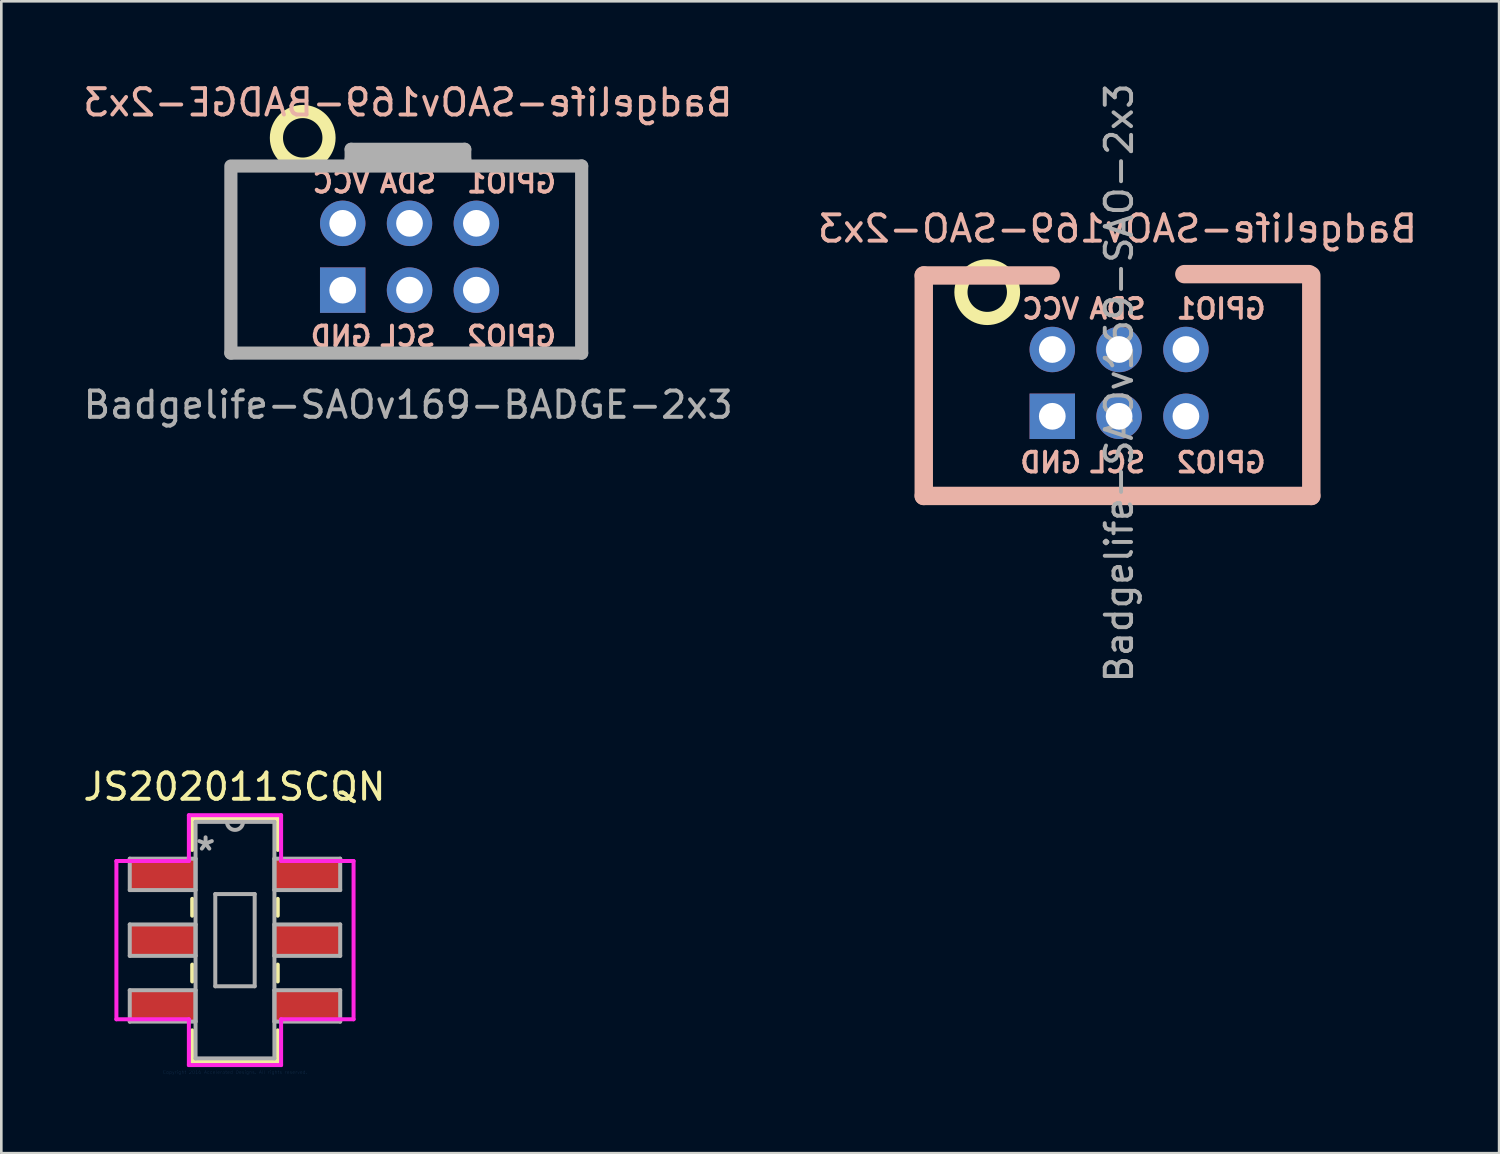
<source format=kicad_pcb>
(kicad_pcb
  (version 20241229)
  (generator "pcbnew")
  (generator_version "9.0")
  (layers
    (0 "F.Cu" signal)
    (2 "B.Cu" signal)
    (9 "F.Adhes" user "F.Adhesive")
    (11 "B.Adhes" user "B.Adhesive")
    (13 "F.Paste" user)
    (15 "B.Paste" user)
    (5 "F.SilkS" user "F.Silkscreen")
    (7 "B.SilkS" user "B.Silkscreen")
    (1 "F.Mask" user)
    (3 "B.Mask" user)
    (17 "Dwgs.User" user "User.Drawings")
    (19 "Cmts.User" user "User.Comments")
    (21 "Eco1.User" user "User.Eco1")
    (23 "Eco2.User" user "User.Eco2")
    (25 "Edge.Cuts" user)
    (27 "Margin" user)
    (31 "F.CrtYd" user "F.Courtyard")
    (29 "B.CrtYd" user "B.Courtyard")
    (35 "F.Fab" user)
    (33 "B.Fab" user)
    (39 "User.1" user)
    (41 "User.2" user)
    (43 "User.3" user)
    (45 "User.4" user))
  (footprint "JS202011SCQN"
    (layer "F.Cu")
    (at 5.883 32.69)
    (property "Reference" "JS202011SCQN" (at -0.02 -5.83 0) (layer "F.SilkS") (effects (font (size 1 1) (thickness 0.15))))
    (attr through_hole)
    (fp_line (start -1.626 -4.623) (end -1.626 -3.43) (stroke (width 0.152) (type solid)) (layer "F.SilkS"))
    (fp_line (start -1.626 -1.57) (end -1.626 -0.93) (stroke (width 0.152) (type solid)) (layer "F.SilkS"))
    (fp_line (start -1.626 0.93) (end -1.626 1.57) (stroke (width 0.152) (type solid)) (layer "F.SilkS"))
    (fp_line (start -1.626 3.43) (end -1.626 4.623) (stroke (width 0.152) (type solid)) (layer "F.SilkS"))
    (fp_line (start -1.626 4.623) (end 1.626 4.623) (stroke (width 0.152) (type solid)) (layer "F.SilkS"))
    (fp_line (start 1.626 -4.623) (end -1.626 -4.623) (stroke (width 0.152) (type solid)) (layer "F.SilkS"))
    (fp_line (start 1.626 -3.43) (end 1.626 -4.623) (stroke (width 0.152) (type solid)) (layer "F.SilkS"))
    (fp_line (start 1.626 -0.93) (end 1.626 -1.57) (stroke (width 0.152) (type solid)) (layer "F.SilkS"))
    (fp_line (start 1.626 1.57) (end 1.626 0.93) (stroke (width 0.152) (type solid)) (layer "F.SilkS"))
    (fp_line (start 1.626 4.623) (end 1.626 3.43) (stroke (width 0.152) (type solid)) (layer "F.SilkS"))
    (fp_line (start -4.508 -3.008) (end -1.753 -3.008) (stroke (width 0.152) (type solid)) (layer "F.CrtYd"))
    (fp_line (start -4.508 3.008) (end -4.508 -3.008) (stroke (width 0.152) (type solid)) (layer "F.CrtYd"))
    (fp_line (start -1.753 -4.75) (end 1.753 -4.75) (stroke (width 0.152) (type solid)) (layer "F.CrtYd"))
    (fp_line (start -1.753 -3.008) (end -1.753 -4.75) (stroke (width 0.152) (type solid)) (layer "F.CrtYd"))
    (fp_line (start -1.753 3.008) (end -4.508 3.008) (stroke (width 0.152) (type solid)) (layer "F.CrtYd"))
    (fp_line (start -1.753 4.75) (end -1.753 3.008) (stroke (width 0.152) (type solid)) (layer "F.CrtYd"))
    (fp_line (start 1.753 -4.75) (end 1.753 -3.008) (stroke (width 0.152) (type solid)) (layer "F.CrtYd"))
    (fp_line (start 1.753 -3.008) (end 4.508 -3.008) (stroke (width 0.152) (type solid)) (layer "F.CrtYd"))
    (fp_line (start 1.753 3.008) (end 1.753 4.75) (stroke (width 0.152) (type solid)) (layer "F.CrtYd"))
    (fp_line (start 1.753 4.75) (end -1.753 4.75) (stroke (width 0.152) (type solid)) (layer "F.CrtYd"))
    (fp_line (start 4.508 -3.008) (end 4.508 3.008) (stroke (width 0.152) (type solid)) (layer "F.CrtYd"))
    (fp_line (start 4.508 3.008) (end 1.753 3.008) (stroke (width 0.152) (type solid)) (layer "F.CrtYd"))
    (fp_line (start -4 -3.097) (end -4 -1.903) (stroke (width 0.152) (type solid)) (layer "F.Fab"))
    (fp_line (start -4 -1.903) (end -1.499 -1.903) (stroke (width 0.152) (type solid)) (layer "F.Fab"))
    (fp_line (start -4 -0.597) (end -4 0.597) (stroke (width 0.152) (type solid)) (layer "F.Fab"))
    (fp_line (start -4 0.597) (end -1.499 0.597) (stroke (width 0.152) (type solid)) (layer "F.Fab"))
    (fp_line (start -4 1.903) (end -4 3.097) (stroke (width 0.152) (type solid)) (layer "F.Fab"))
    (fp_line (start -4 3.097) (end -1.499 3.097) (stroke (width 0.152) (type solid)) (layer "F.Fab"))
    (fp_line (start -1.499 -4.496) (end -1.499 4.496) (stroke (width 0.152) (type solid)) (layer "F.Fab"))
    (fp_line (start -1.499 -3.097) (end -4 -3.097) (stroke (width 0.152) (type solid)) (layer "F.Fab"))
    (fp_line (start -1.499 -1.903) (end -1.499 -3.097) (stroke (width 0.152) (type solid)) (layer "F.Fab"))
    (fp_line (start -1.499 -0.597) (end -4 -0.597) (stroke (width 0.152) (type solid)) (layer "F.Fab"))
    (fp_line (start -1.499 0.597) (end -1.499 -0.597) (stroke (width 0.152) (type solid)) (layer "F.Fab"))
    (fp_line (start -1.499 1.903) (end -4 1.903) (stroke (width 0.152) (type solid)) (layer "F.Fab"))
    (fp_line (start -1.499 3.097) (end -1.499 1.903) (stroke (width 0.152) (type solid)) (layer "F.Fab"))
    (fp_line (start -1.499 4.496) (end 1.499 4.496) (stroke (width 0.152) (type solid)) (layer "F.Fab"))
    (fp_line (start -0.749 -1.753) (end 0.749 -1.753) (stroke (width 0.152) (type solid)) (layer "F.Fab"))
    (fp_line (start -0.749 1.753) (end -0.749 -1.753) (stroke (width 0.152) (type solid)) (layer "F.Fab"))
    (fp_line (start 0.749 -1.753) (end 0.749 1.753) (stroke (width 0.152) (type solid)) (layer "F.Fab"))
    (fp_line (start 0.749 1.753) (end -0.749 1.753) (stroke (width 0.152) (type solid)) (layer "F.Fab"))
    (fp_line (start 1.499 -4.496) (end -1.499 -4.496) (stroke (width 0.152) (type solid)) (layer "F.Fab"))
    (fp_line (start 1.499 -3.097) (end 1.499 -1.903) (stroke (width 0.152) (type solid)) (layer "F.Fab"))
    (fp_line (start 1.499 -1.903) (end 4 -1.903) (stroke (width 0.152) (type solid)) (layer "F.Fab"))
    (fp_line (start 1.499 -0.597) (end 1.499 0.597) (stroke (width 0.152) (type solid)) (layer "F.Fab"))
    (fp_line (start 1.499 0.597) (end 4 0.597) (stroke (width 0.152) (type solid)) (layer "F.Fab"))
    (fp_line (start 1.499 1.903) (end 1.499 3.097) (stroke (width 0.152) (type solid)) (layer "F.Fab"))
    (fp_line (start 1.499 3.097) (end 4 3.097) (stroke (width 0.152) (type solid)) (layer "F.Fab"))
    (fp_line (start 1.499 4.496) (end 1.499 -4.496) (stroke (width 0.152) (type solid)) (layer "F.Fab"))
    (fp_line (start 4 -3.097) (end 1.499 -3.097) (stroke (width 0.152) (type solid)) (layer "F.Fab"))
    (fp_line (start 4 -1.903) (end 4 -3.097) (stroke (width 0.152) (type solid)) (layer "F.Fab"))
    (fp_line (start 4 -0.597) (end 1.499 -0.597) (stroke (width 0.152) (type solid)) (layer "F.Fab"))
    (fp_line (start 4 0.597) (end 4 -0.597) (stroke (width 0.152) (type solid)) (layer "F.Fab"))
    (fp_line (start 4 1.903) (end 1.499 1.903) (stroke (width 0.152) (type solid)) (layer "F.Fab"))
    (fp_line (start 4 3.097) (end 4 1.903) (stroke (width 0.152) (type solid)) (layer "F.Fab"))
    (fp_arc (start 0.3048 -4.4958) (mid 0 -4.191) (end -0.3048 -4.4958) (stroke (width 0.1524) (type solid)) (layer "F.Fab"))
    (fp_text user "Copyright 2016 Accelerated Designs. All rights reserved." (at 0 5.02 0) (layer "Cmts.User") (effects (font (size 0.127 0.127) (thickness 0.002))))
    (fp_text user "*" (at -1.118 -3.364 0) (layer "F.Fab") (effects (font (size 1 1) (thickness 0.15))))
    (pad "1" smd rect (at -2.756 -2.5) (size 2.489 1.194) (layers "F.Cu" "F.Mask" "F.Paste"))
    (pad "2" smd rect (at -2.756 0) (size 2.489 1.194) (layers "F.Cu" "F.Mask" "F.Paste"))
    (pad "3" smd rect (at -2.756 2.5) (size 2.489 1.194) (layers "F.Cu" "F.Mask" "F.Paste"))
    (pad "4" smd rect (at 2.756 2.5) (size 2.489 1.194) (layers "F.Cu" "F.Mask" "F.Paste"))
    (pad "5" smd rect (at 2.756 0) (size 2.489 1.194) (layers "F.Cu" "F.Mask" "F.Paste"))
    (pad "6" smd rect (at 2.756 -2.5) (size 2.489 1.194) (layers "F.Cu" "F.Mask" "F.Paste")))
  (footprint "Badgelife-SAOv169-BADGE-2x3"
    (layer "F.Cu")
    (at 12.458 6.69)
    (property "Reference" "Badgelife-SAOv169-BADGE-2x3" (at 0 -5.842 0) (layer "B.SilkS") (effects (font (size 1 1) (thickness 0.15)) (justify mirror)))
    (attr through_hole)
    (fp_circle (center -4 -4.5) (end -3 -4.5) (stroke (width 0.5) (type solid)) (fill no) (layer "F.SilkS"))
    (fp_line (start -6.731 3.683) (end -6.731 -3.429) (stroke (width 0.5) (type solid)) (layer "F.Fab"))
    (fp_line (start -6.604 -3.429) (end 6.604 -3.429) (stroke (width 0.5) (type solid)) (layer "F.Fab"))
    (fp_line (start -2.159 -4.064) (end 2.159 -4.064) (stroke (width 0.5) (type solid)) (layer "F.Fab"))
    (fp_line (start -2.159 -3.556) (end -2.159 -4.064) (stroke (width 0.5) (type solid)) (layer "F.Fab"))
    (fp_line (start 2.159 -4.064) (end 2.159 -3.556) (stroke (width 0.5) (type solid)) (layer "F.Fab"))
    (fp_line (start 2.159 -3.683) (end -2.159 -3.683) (stroke (width 0.5) (type solid)) (layer "F.Fab"))
    (fp_line (start 6.604 -3.429) (end 6.604 3.683) (stroke (width 0.5) (type solid)) (layer "F.Fab"))
    (fp_line (start 6.604 3.683) (end -6.731 3.683) (stroke (width 0.5) (type solid)) (layer "F.Fab"))
    (fp_text user "VCC" (at -2.54 -2.794 0) (layer "B.SilkS") (effects (font (size 0.75 0.75) (thickness 0.15)) (justify mirror)))
    (fp_text user "GPIO1" (at 3.937 -2.794 0) (layer "B.SilkS") (effects (font (size 0.75 0.75) (thickness 0.15)) (justify mirror)))
    (fp_text user "GND" (at -2.54 3.048 0) (layer "B.SilkS") (effects (font (size 0.75 0.75) (thickness 0.15)) (justify mirror)))
    (fp_text user "GPIO2" (at 3.937 3.048 0) (layer "B.SilkS") (effects (font (size 0.75 0.75) (thickness 0.15)) (justify mirror)))
    (fp_text user "SDA" (at 0 -2.794 0) (layer "B.SilkS") (effects (font (size 0.75 0.75) (thickness 0.15)) (justify mirror)))
    (fp_text user "SCL" (at 0 3.048 0) (layer "B.SilkS") (effects (font (size 0.75 0.75) (thickness 0.15)) (justify mirror)))
    (fp_text user "${REFERENCE}" (at 0.01 5.65 0) (layer "F.Fab") (effects (font (size 1 1) (thickness 0.15))))
    (pad "1" thru_hole oval (at -2.48 -1.25 270) (size 1.727 1.727) (drill 1.016) (layers "*.Cu" "*.Mask"))
    (pad "2" thru_hole rect (at -2.48 1.29 270) (size 1.727 1.727) (drill 1.016) (layers "*.Cu" "*.Mask"))
    (pad "3" thru_hole oval (at 0.06 -1.25 270) (size 1.727 1.727) (drill 1.016) (layers "*.Cu" "*.Mask"))
    (pad "4" thru_hole oval (at 0.06 1.29 270) (size 1.727 1.727) (drill 1.016) (layers "*.Cu" "*.Mask"))
    (pad "5" thru_hole circle (at 2.6 -1.25 270) (size 1.727 1.727) (drill 1.016) (layers "*.Cu" "*.Mask"))
    (pad "6" thru_hole circle (at 2.6 1.29 270) (size 1.727 1.727) (drill 1.016) (layers "*.Cu" "*.Mask")))
  (footprint "Badgelife-SAOv169-SAO-2x3"
    (layer "F.Cu")
    (at 39.433 11.486)
    (property "Reference" "Badgelife-SAOv169-SAO-2x3" (at 0 -5.842 0) (layer "B.SilkS") (effects (font (size 1 1) (thickness 0.15)) (justify mirror)))
    (attr through_hole)
    (fp_circle (center -4.953 -3.429) (end -3.953 -3.429) (stroke (width 0.5) (type solid)) (fill no) (layer "F.SilkS"))
    (fp_line (start -7.366 -4.064) (end -7.366 4.318) (stroke (width 0.7) (type solid)) (layer "B.SilkS"))
    (fp_line (start -7.366 4.318) (end 7.366 4.318) (stroke (width 0.7) (type solid)) (layer "B.SilkS"))
    (fp_line (start -2.54 -4.064) (end -7.366 -4.064) (stroke (width 0.7) (type solid)) (layer "B.SilkS"))
    (fp_line (start 7.28 -4.115) (end 2.54 -4.115) (stroke (width 0.7) (type solid)) (layer "B.SilkS"))
    (fp_line (start 7.366 4.318) (end 7.366 -4.064) (stroke (width 0.7) (type solid)) (layer "B.SilkS"))
    (fp_text user "SCL" (at 0 3.048 0) (layer "B.SilkS") (effects (font (size 0.75 0.75) (thickness 0.15)) (justify mirror)))
    (fp_text user "VCC" (at -2.54 -2.794 0) (unlocked yes) (layer "B.SilkS") (effects (font (size 0.75 0.75) (thickness 0.15)) (justify mirror)))
    (fp_text user "GPIO1" (at 3.937 -2.794 0) (unlocked yes) (layer "B.SilkS") (effects (font (size 0.75 0.75) (thickness 0.15)) (justify mirror)))
    (fp_text user "GPIO2" (at 3.937 3.048 0) (layer "B.SilkS") (effects (font (size 0.75 0.75) (thickness 0.15)) (justify mirror)))
    (fp_text user "SDA" (at 0 -2.794 0) (unlocked yes) (layer "B.SilkS") (effects (font (size 0.75 0.75) (thickness 0.15)) (justify mirror)))
    (fp_text user "GND" (at -2.54 3.048 0) (unlocked yes) (layer "B.SilkS") (effects (font (size 0.75 0.75) (thickness 0.15)) (justify mirror)))
    (fp_text user "${REFERENCE}" (at 0.06 0.02 270) (layer "F.Fab") (effects (font (size 1 1) (thickness 0.15))))
    (pad "1" thru_hole oval (at -2.48 -1.25 270) (size 1.727 1.727) (drill 1.016) (layers "*.Cu" "*.Mask"))
    (pad "2" thru_hole rect (at -2.48 1.29 270) (size 1.727 1.727) (drill 1.016) (layers "*.Cu" "*.Mask"))
    (pad "3" thru_hole oval (at 0.06 -1.25 270) (size 1.727 1.727) (drill 1.016) (layers "*.Cu" "*.Mask"))
    (pad "4" thru_hole oval (at 0.06 1.29 270) (size 1.727 1.727) (drill 1.016) (layers "*.Cu" "*.Mask"))
    (pad "5" thru_hole circle (at 2.6 -1.25 270) (size 1.727 1.727) (drill 1.016) (layers "*.Cu" "*.Mask"))
    (pad "6" thru_hole circle (at 2.6 1.29 270) (size 1.727 1.727) (drill 1.016) (layers "*.Cu" "*.Mask")))
  (gr_rect
    (start -3 -3)
    (end 53.939 40.788)
    (stroke (width 0.1) (type default))
    (fill no)
    (layer "Edge.Cuts")))
</source>
